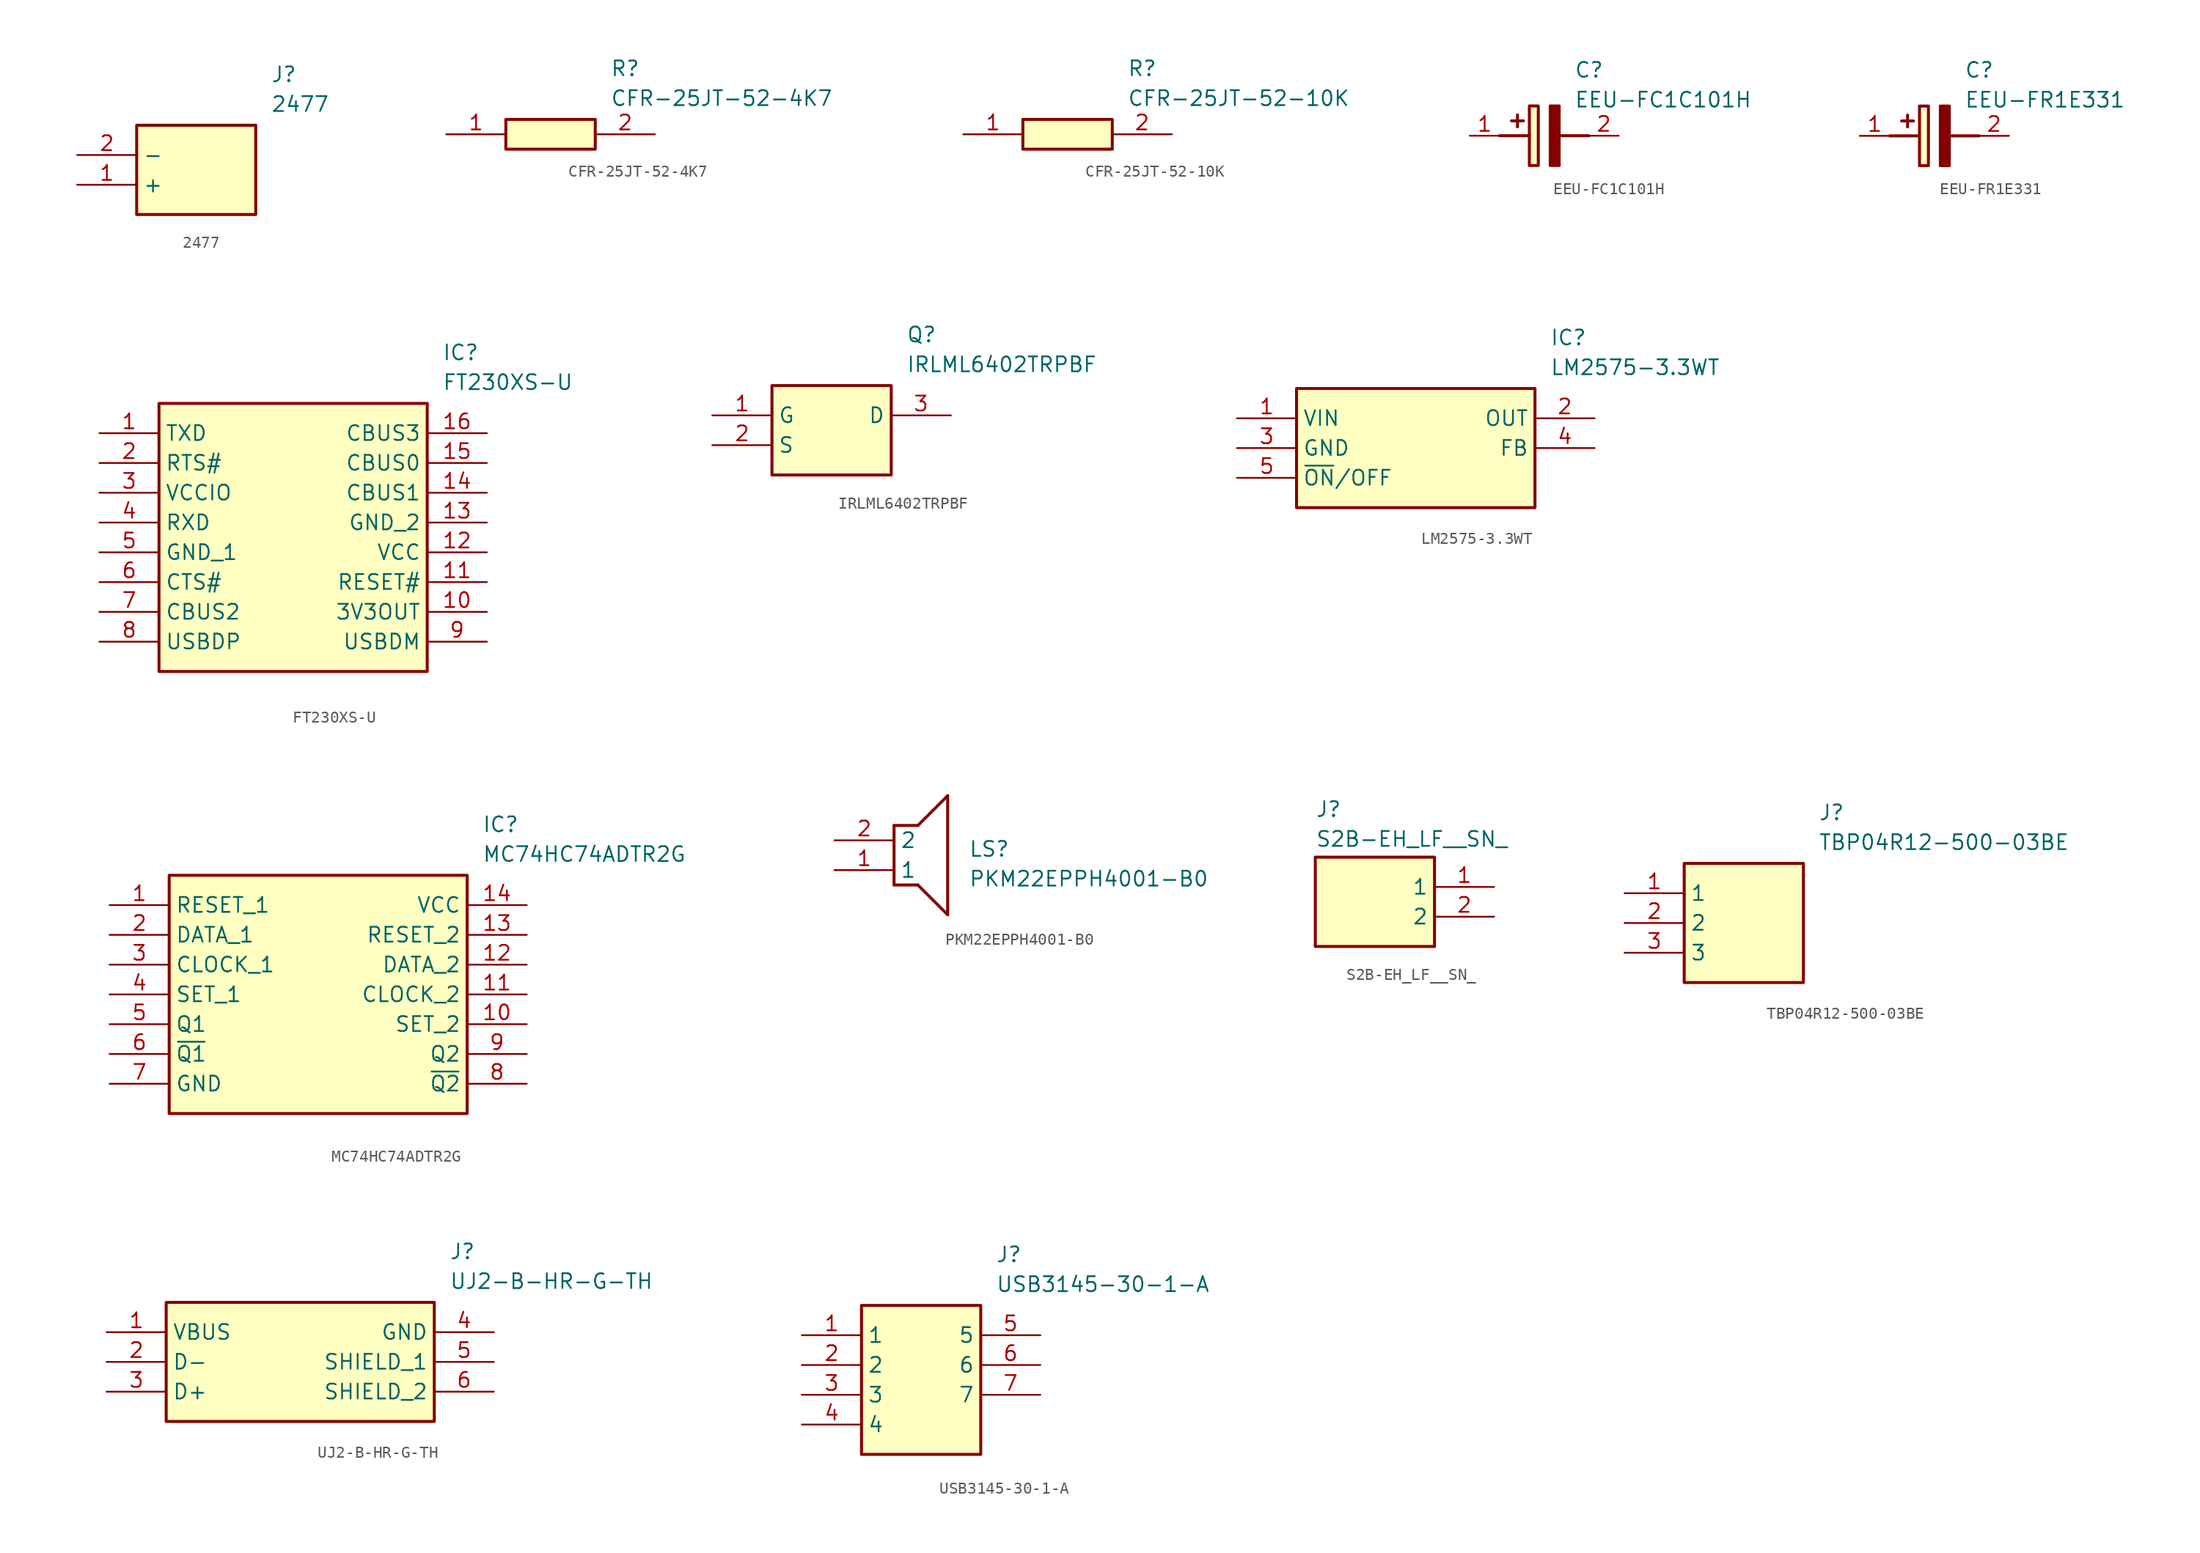
<source format=kicad_sym>
(kicad_symbol_lib
  (version 20241209)
  (generator "kicad_symbol_editor")
  (generator_version "9.0")
  (symbol "2477"
    (property "Reference" "J"
      (at 16.51 7.62 0)
      (effects (font (size 1.27 1.27)) (justify left top)))
    (property "Value" "2477"
      (at 16.51 5.08 0)
      (effects (font (size 1.27 1.27)) (justify left top)))
    (symbol "2477_1_1"
      (rectangle (start 5.08 2.54) (end 15.24 -5.08) (stroke (width 0.254) (type default)) (fill (type background)))
      (pin passive line (at 0 0 0) (length 5.08) (name "-" (effects (font (size 1.27 1.27)))) (number "2" (effects (font (size 1.27 1.27)))))
      (pin passive line (at 0 -2.54 0) (length 5.08) (name "+" (effects (font (size 1.27 1.27)))) (number "1" (effects (font (size 1.27 1.27)))))))
  (symbol "CFR-25JT-52-4K7"
    (pin_names
      (hide yes))
    (property "Reference" "R"
      (at 13.97 6.35 0)
      (effects (font (size 1.27 1.27)) (justify left top)))
    (property "Value" "CFR-25JT-52-4K7"
      (at 13.97 3.81 0)
      (effects (font (size 1.27 1.27)) (justify left top)))
    (symbol "CFR-25JT-52-4K7_1_1"
      (rectangle (start 5.08 1.27) (end 12.7 -1.27) (stroke (width 0.254) (type default)) (fill (type background)))
      (pin passive line (at 0 0 0) (length 5.08) (name "1" (effects (font (size 1.27 1.27)))) (number "1" (effects (font (size 1.27 1.27)))))
      (pin passive line (at 17.78 0 180) (length 5.08) (name "2" (effects (font (size 1.27 1.27)))) (number "2" (effects (font (size 1.27 1.27)))))))
  (symbol "CFR-25JT-52-10K"
    (pin_names
      (hide yes))
    (property "Reference" "R"
      (at 13.97 6.35 0)
      (effects (font (size 1.27 1.27)) (justify left top)))
    (property "Value" "CFR-25JT-52-10K"
      (at 13.97 3.81 0)
      (effects (font (size 1.27 1.27)) (justify left top)))
    (symbol "CFR-25JT-52-10K_1_1"
      (rectangle (start 5.08 1.27) (end 12.7 -1.27) (stroke (width 0.254) (type default)) (fill (type background)))
      (pin passive line (at 0 0 0) (length 5.08) (name "1" (effects (font (size 1.27 1.27)))) (number "1" (effects (font (size 1.27 1.27)))))
      (pin passive line (at 17.78 0 180) (length 5.08) (name "2" (effects (font (size 1.27 1.27)))) (number "2" (effects (font (size 1.27 1.27)))))))
  (symbol "EEU-FC1C101H"
    (pin_names
      (hide yes))
    (property "Reference" "C"
      (at 8.89 6.35 0)
      (effects (font (size 1.27 1.27)) (justify left top)))
    (property "Value" "EEU-FC1C101H"
      (at 8.89 3.81 0)
      (effects (font (size 1.27 1.27)) (justify left top)))
    (symbol "EEU-FC1C101H_1_1"
      (polyline (pts (xy 2.54 0) (xy 5.08 0)) (stroke (width 0.254) (type default)) (fill (type none)))
      (polyline (pts (xy 4.064 1.778) (xy 4.064 0.762)) (stroke (width 0.254) (type default)) (fill (type none)))
      (polyline (pts (xy 4.572 1.27) (xy 3.556 1.27)) (stroke (width 0.254) (type default)) (fill (type none)))
      (rectangle (start 5.08 2.54) (end 5.842 -2.54) (stroke (width 0.254) (type default)) (fill (type background)))
      (polyline (pts (xy 7.62 2.54) (xy 7.62 -2.54) (xy 6.858 -2.54) (xy 6.858 2.54) (xy 7.62 2.54)) (stroke (width 0.254) (type default)) (fill (type outline)))
      (polyline (pts (xy 7.62 0) (xy 10.16 0)) (stroke (width 0.254) (type default)) (fill (type none)))
      (pin passive line (at 0 0 0) (length 2.54) (name "+" (effects (font (size 1.27 1.27)))) (number "1" (effects (font (size 1.27 1.27)))))
      (pin passive line (at 12.7 0 180) (length 2.54) (name "-" (effects (font (size 1.27 1.27)))) (number "2" (effects (font (size 1.27 1.27)))))))
  (symbol "EEU-FR1E331"
    (pin_names
      (hide yes))
    (property "Reference" "C"
      (at 8.89 6.35 0)
      (effects (font (size 1.27 1.27)) (justify left top)))
    (property "Value" "EEU-FR1E331"
      (at 8.89 3.81 0)
      (effects (font (size 1.27 1.27)) (justify left top)))
    (symbol "EEU-FR1E331_1_1"
      (polyline (pts (xy 2.54 0) (xy 5.08 0)) (stroke (width 0.254) (type default)) (fill (type none)))
      (polyline (pts (xy 4.064 1.778) (xy 4.064 0.762)) (stroke (width 0.254) (type default)) (fill (type none)))
      (polyline (pts (xy 4.572 1.27) (xy 3.556 1.27)) (stroke (width 0.254) (type default)) (fill (type none)))
      (rectangle (start 5.08 2.54) (end 5.842 -2.54) (stroke (width 0.254) (type default)) (fill (type background)))
      (polyline (pts (xy 7.62 2.54) (xy 7.62 -2.54) (xy 6.858 -2.54) (xy 6.858 2.54) (xy 7.62 2.54)) (stroke (width 0.254) (type default)) (fill (type outline)))
      (polyline (pts (xy 7.62 0) (xy 10.16 0)) (stroke (width 0.254) (type default)) (fill (type none)))
      (pin passive line (at 0 0 0) (length 2.54) (name "+" (effects (font (size 1.27 1.27)))) (number "1" (effects (font (size 1.27 1.27)))))
      (pin passive line (at 12.7 0 180) (length 2.54) (name "-" (effects (font (size 1.27 1.27)))) (number "2" (effects (font (size 1.27 1.27)))))))
  (symbol "FT230XS-U"
    (property "Reference" "IC"
      (at 29.21 7.62 0)
      (effects (font (size 1.27 1.27)) (justify left top)))
    (property "Value" "FT230XS-U"
      (at 29.21 5.08 0)
      (effects (font (size 1.27 1.27)) (justify left top)))
    (symbol "FT230XS-U_1_1"
      (rectangle (start 5.08 2.54) (end 27.94 -20.32) (stroke (width 0.254) (type default)) (fill (type background)))
      (pin passive line (at 0 0 0) (length 5.08) (name "TXD" (effects (font (size 1.27 1.27)))) (number "1" (effects (font (size 1.27 1.27)))))
      (pin passive line (at 0 -2.54 0) (length 5.08) (name "RTS#" (effects (font (size 1.27 1.27)))) (number "2" (effects (font (size 1.27 1.27)))))
      (pin passive line (at 0 -5.08 0) (length 5.08) (name "VCCIO" (effects (font (size 1.27 1.27)))) (number "3" (effects (font (size 1.27 1.27)))))
      (pin passive line (at 0 -7.62 0) (length 5.08) (name "RXD" (effects (font (size 1.27 1.27)))) (number "4" (effects (font (size 1.27 1.27)))))
      (pin passive line (at 0 -10.16 0) (length 5.08) (name "GND_1" (effects (font (size 1.27 1.27)))) (number "5" (effects (font (size 1.27 1.27)))))
      (pin passive line (at 0 -12.7 0) (length 5.08) (name "CTS#" (effects (font (size 1.27 1.27)))) (number "6" (effects (font (size 1.27 1.27)))))
      (pin passive line (at 0 -15.24 0) (length 5.08) (name "CBUS2" (effects (font (size 1.27 1.27)))) (number "7" (effects (font (size 1.27 1.27)))))
      (pin passive line (at 0 -17.78 0) (length 5.08) (name "USBDP" (effects (font (size 1.27 1.27)))) (number "8" (effects (font (size 1.27 1.27)))))
      (pin passive line (at 33.02 0 180) (length 5.08) (name "CBUS3" (effects (font (size 1.27 1.27)))) (number "16" (effects (font (size 1.27 1.27)))))
      (pin passive line (at 33.02 -2.54 180) (length 5.08) (name "CBUS0" (effects (font (size 1.27 1.27)))) (number "15" (effects (font (size 1.27 1.27)))))
      (pin passive line (at 33.02 -5.08 180) (length 5.08) (name "CBUS1" (effects (font (size 1.27 1.27)))) (number "14" (effects (font (size 1.27 1.27)))))
      (pin passive line (at 33.02 -7.62 180) (length 5.08) (name "GND_2" (effects (font (size 1.27 1.27)))) (number "13" (effects (font (size 1.27 1.27)))))
      (pin passive line (at 33.02 -10.16 180) (length 5.08) (name "VCC" (effects (font (size 1.27 1.27)))) (number "12" (effects (font (size 1.27 1.27)))))
      (pin passive line (at 33.02 -12.7 180) (length 5.08) (name "RESET#" (effects (font (size 1.27 1.27)))) (number "11" (effects (font (size 1.27 1.27)))))
      (pin passive line (at 33.02 -15.24 180) (length 5.08) (name "3V3OUT" (effects (font (size 1.27 1.27)))) (number "10" (effects (font (size 1.27 1.27)))))
      (pin passive line (at 33.02 -17.78 180) (length 5.08) (name "USBDM" (effects (font (size 1.27 1.27)))) (number "9" (effects (font (size 1.27 1.27)))))))
  (symbol "IRLML6402TRPBF"
    (property "Reference" "Q"
      (at 16.51 7.62 0)
      (effects (font (size 1.27 1.27)) (justify left top)))
    (property "Value" "IRLML6402TRPBF"
      (at 16.51 5.08 0)
      (effects (font (size 1.27 1.27)) (justify left top)))
    (symbol "IRLML6402TRPBF_1_1"
      (rectangle (start 5.08 2.54) (end 15.24 -5.08) (stroke (width 0.254) (type default)) (fill (type background)))
      (pin passive line (at 0 0 0) (length 5.08) (name "G" (effects (font (size 1.27 1.27)))) (number "1" (effects (font (size 1.27 1.27)))))
      (pin passive line (at 0 -2.54 0) (length 5.08) (name "S" (effects (font (size 1.27 1.27)))) (number "2" (effects (font (size 1.27 1.27)))))
      (pin passive line (at 20.32 0 180) (length 5.08) (name "D" (effects (font (size 1.27 1.27)))) (number "3" (effects (font (size 1.27 1.27)))))))
  (symbol "LM2575-3.3WT"
    (property "Reference" "IC"
      (at 26.67 7.62 0)
      (effects (font (size 1.27 1.27)) (justify left top)))
    (property "Value" "LM2575-3.3WT"
      (at 26.67 5.08 0)
      (effects (font (size 1.27 1.27)) (justify left top)))
    (symbol "LM2575-3.3WT_1_1"
      (rectangle (start 5.08 2.54) (end 25.4 -7.62) (stroke (width 0.254) (type default)) (fill (type background)))
      (pin passive line (at 0 0 0) (length 5.08) (name "VIN" (effects (font (size 1.27 1.27)))) (number "1" (effects (font (size 1.27 1.27)))))
      (pin passive line (at 0 -2.54 0) (length 5.08) (name "GND" (effects (font (size 1.27 1.27)))) (number "3" (effects (font (size 1.27 1.27)))))
      (pin passive line (at 0 -5.08 0) (length 5.08) (name "~{ON}/OFF" (effects (font (size 1.27 1.27)))) (number "5" (effects (font (size 1.27 1.27)))))
      (pin passive line (at 30.48 0 180) (length 5.08) (name "OUT" (effects (font (size 1.27 1.27)))) (number "2" (effects (font (size 1.27 1.27)))))
      (pin passive line (at 30.48 -2.54 180) (length 5.08) (name "FB" (effects (font (size 1.27 1.27)))) (number "4" (effects (font (size 1.27 1.27)))))))
  (symbol "MC74HC74ADTR2G"
    (property "Reference" "IC"
      (at 31.75 7.62 0)
      (effects (font (size 1.27 1.27)) (justify left top)))
    (property "Value" "MC74HC74ADTR2G"
      (at 31.75 5.08 0)
      (effects (font (size 1.27 1.27)) (justify left top)))
    (symbol "MC74HC74ADTR2G_1_1"
      (rectangle (start 5.08 2.54) (end 30.48 -17.78) (stroke (width 0.254) (type default)) (fill (type background)))
      (pin passive line (at 0 0 0) (length 5.08) (name "RESET_1" (effects (font (size 1.27 1.27)))) (number "1" (effects (font (size 1.27 1.27)))))
      (pin passive line (at 0 -2.54 0) (length 5.08) (name "DATA_1" (effects (font (size 1.27 1.27)))) (number "2" (effects (font (size 1.27 1.27)))))
      (pin passive line (at 0 -5.08 0) (length 5.08) (name "CLOCK_1" (effects (font (size 1.27 1.27)))) (number "3" (effects (font (size 1.27 1.27)))))
      (pin passive line (at 0 -7.62 0) (length 5.08) (name "SET_1" (effects (font (size 1.27 1.27)))) (number "4" (effects (font (size 1.27 1.27)))))
      (pin passive line (at 0 -10.16 0) (length 5.08) (name "Q1" (effects (font (size 1.27 1.27)))) (number "5" (effects (font (size 1.27 1.27)))))
      (pin passive line (at 0 -12.7 0) (length 5.08) (name "~{Q1}" (effects (font (size 1.27 1.27)))) (number "6" (effects (font (size 1.27 1.27)))))
      (pin passive line (at 0 -15.24 0) (length 5.08) (name "GND" (effects (font (size 1.27 1.27)))) (number "7" (effects (font (size 1.27 1.27)))))
      (pin passive line (at 35.56 0 180) (length 5.08) (name "VCC" (effects (font (size 1.27 1.27)))) (number "14" (effects (font (size 1.27 1.27)))))
      (pin passive line (at 35.56 -2.54 180) (length 5.08) (name "RESET_2" (effects (font (size 1.27 1.27)))) (number "13" (effects (font (size 1.27 1.27)))))
      (pin passive line (at 35.56 -5.08 180) (length 5.08) (name "DATA_2" (effects (font (size 1.27 1.27)))) (number "12" (effects (font (size 1.27 1.27)))))
      (pin passive line (at 35.56 -7.62 180) (length 5.08) (name "CLOCK_2" (effects (font (size 1.27 1.27)))) (number "11" (effects (font (size 1.27 1.27)))))
      (pin passive line (at 35.56 -10.16 180) (length 5.08) (name "SET_2" (effects (font (size 1.27 1.27)))) (number "10" (effects (font (size 1.27 1.27)))))
      (pin passive line (at 35.56 -12.7 180) (length 5.08) (name "Q2" (effects (font (size 1.27 1.27)))) (number "9" (effects (font (size 1.27 1.27)))))
      (pin passive line (at 35.56 -15.24 180) (length 5.08) (name "~{Q2}" (effects (font (size 1.27 1.27)))) (number "8" (effects (font (size 1.27 1.27)))))))
  (symbol "PKM22EPPH4001-B0"
    (property "Reference" "LS"
      (at 11.43 0 0)
      (effects (font (size 1.27 1.27)) (justify left top)))
    (property "Value" "PKM22EPPH4001-B0"
      (at 11.43 -2.54 0)
      (effects (font (size 1.27 1.27)) (justify left top)))
    (symbol "PKM22EPPH4001-B0_1_1"
      (polyline (pts (xy 5.08 1.27) (xy 5.08 -3.81)) (stroke (width 0.254) (type default)) (fill (type none)))
      (polyline (pts (xy 5.08 1.27) (xy 7.112 1.27)) (stroke (width 0.254) (type default)) (fill (type none)))
      (polyline (pts (xy 7.112 -3.81) (xy 5.08 -3.81)) (stroke (width 0.254) (type default)) (fill (type none)))
      (polyline (pts (xy 7.112 -3.81) (xy 9.652 -6.35)) (stroke (width 0.254) (type default)) (fill (type none)))
      (polyline (pts (xy 9.652 3.81) (xy 7.112 1.27)) (stroke (width 0.254) (type default)) (fill (type none)))
      (polyline (pts (xy 9.652 3.81) (xy 9.652 -6.35)) (stroke (width 0.254) (type default)) (fill (type none)))
      (pin passive line (at 0 0 0) (length 5.08) (name "2" (effects (font (size 1.27 1.27)))) (number "2" (effects (font (size 1.27 1.27)))))
      (pin passive line (at 0 -2.54 0) (length 5.08) (name "1" (effects (font (size 1.27 1.27)))) (number "1" (effects (font (size 1.27 1.27)))))))
  (symbol "S2B-EH_LF__SN_"
    (property "Reference" "J"
      (at 5.08 7.366 0)
      (effects (font (size 1.27 1.27)) (justify left top)))
    (property "Value" "S2B-EH_LF__SN_"
      (at 5.08 4.826 0)
      (effects (font (size 1.27 1.27)) (justify left top)))
    (symbol "S2B-EH_LF__SN__1_1"
      (rectangle (start 5.08 2.54) (end 15.24 -5.08) (stroke (width 0.254) (type default)) (fill (type background)))
      (pin passive line (at 20.32 0 180) (length 5.08) (name "1" (effects (font (size 1.27 1.27)))) (number "1" (effects (font (size 1.27 1.27)))))
      (pin passive line (at 20.32 -2.54 180) (length 5.08) (name "2" (effects (font (size 1.27 1.27)))) (number "2" (effects (font (size 1.27 1.27)))))))
  (symbol "TBP04R12-500-03BE"
    (property "Reference" "J"
      (at 16.51 7.62 0)
      (effects (font (size 1.27 1.27)) (justify left top)))
    (property "Value" "TBP04R12-500-03BE"
      (at 16.51 5.08 0)
      (effects (font (size 1.27 1.27)) (justify left top)))
    (symbol "TBP04R12-500-03BE_1_1"
      (rectangle (start 5.08 2.54) (end 15.24 -7.62) (stroke (width 0.254) (type default)) (fill (type background)))
      (pin passive line (at 0 0 0) (length 5.08) (name "1" (effects (font (size 1.27 1.27)))) (number "1" (effects (font (size 1.27 1.27)))))
      (pin passive line (at 0 -2.54 0) (length 5.08) (name "2" (effects (font (size 1.27 1.27)))) (number "2" (effects (font (size 1.27 1.27)))))
      (pin passive line (at 0 -5.08 0) (length 5.08) (name "3" (effects (font (size 1.27 1.27)))) (number "3" (effects (font (size 1.27 1.27)))))))
  (symbol "UJ2-B-HR-G-TH"
    (property "Reference" "J"
      (at 29.21 7.62 0)
      (effects (font (size 1.27 1.27)) (justify left top)))
    (property "Value" "UJ2-B-HR-G-TH"
      (at 29.21 5.08 0)
      (effects (font (size 1.27 1.27)) (justify left top)))
    (symbol "UJ2-B-HR-G-TH_1_1"
      (rectangle (start 5.08 2.54) (end 27.94 -7.62) (stroke (width 0.254) (type default)) (fill (type background)))
      (pin passive line (at 0 0 0) (length 5.08) (name "VBUS" (effects (font (size 1.27 1.27)))) (number "1" (effects (font (size 1.27 1.27)))))
      (pin passive line (at 0 -2.54 0) (length 5.08) (name "D-" (effects (font (size 1.27 1.27)))) (number "2" (effects (font (size 1.27 1.27)))))
      (pin passive line (at 0 -5.08 0) (length 5.08) (name "D+" (effects (font (size 1.27 1.27)))) (number "3" (effects (font (size 1.27 1.27)))))
      (pin passive line (at 33.02 0 180) (length 5.08) (name "GND" (effects (font (size 1.27 1.27)))) (number "4" (effects (font (size 1.27 1.27)))))
      (pin passive line (at 33.02 -2.54 180) (length 5.08) (name "SHIELD_1" (effects (font (size 1.27 1.27)))) (number "5" (effects (font (size 1.27 1.27)))))
      (pin passive line (at 33.02 -5.08 180) (length 5.08) (name "SHIELD_2" (effects (font (size 1.27 1.27)))) (number "6" (effects (font (size 1.27 1.27)))))))
  (symbol "USB3145-30-1-A"
    (property "Reference" "J"
      (at 16.51 7.62 0)
      (effects (font (size 1.27 1.27)) (justify left top)))
    (property "Value" "USB3145-30-1-A"
      (at 16.51 5.08 0)
      (effects (font (size 1.27 1.27)) (justify left top)))
    (symbol "USB3145-30-1-A_1_1"
      (rectangle (start 5.08 2.54) (end 15.24 -10.16) (stroke (width 0.254) (type default)) (fill (type background)))
      (pin passive line (at 0 0 0) (length 5.08) (name "1" (effects (font (size 1.27 1.27)))) (number "1" (effects (font (size 1.27 1.27)))))
      (pin passive line (at 0 -2.54 0) (length 5.08) (name "2" (effects (font (size 1.27 1.27)))) (number "2" (effects (font (size 1.27 1.27)))))
      (pin passive line (at 0 -5.08 0) (length 5.08) (name "3" (effects (font (size 1.27 1.27)))) (number "3" (effects (font (size 1.27 1.27)))))
      (pin passive line (at 0 -7.62 0) (length 5.08) (name "4" (effects (font (size 1.27 1.27)))) (number "4" (effects (font (size 1.27 1.27)))))
      (pin passive line (at 20.32 0 180) (length 5.08) (name "5" (effects (font (size 1.27 1.27)))) (number "5" (effects (font (size 1.27 1.27)))))
      (pin passive line (at 20.32 -2.54 180) (length 5.08) (name "6" (effects (font (size 1.27 1.27)))) (number "6" (effects (font (size 1.27 1.27)))))
      (pin passive line (at 20.32 -5.08 180) (length 5.08) (name "7" (effects (font (size 1.27 1.27)))) (number "7" (effects (font (size 1.27 1.27))))))))
</source>
